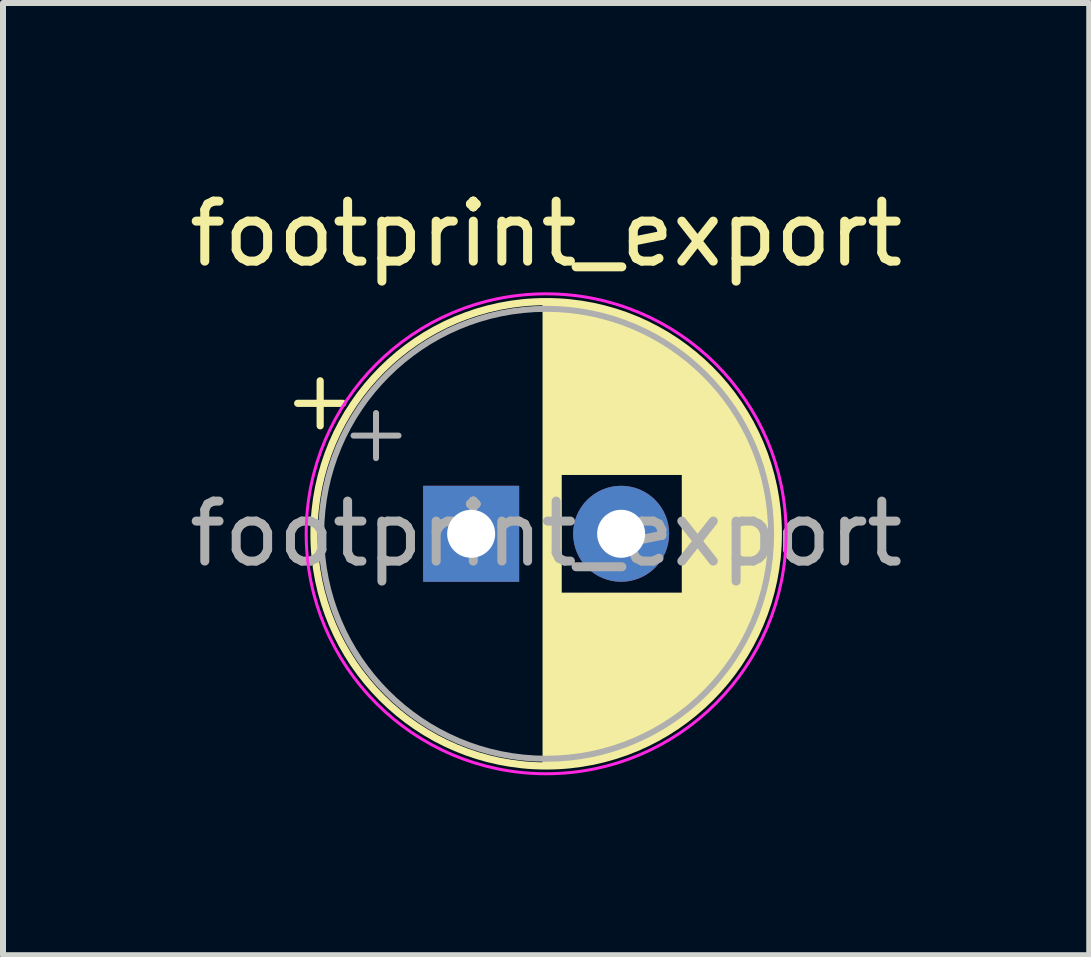
<source format=kicad_pcb>
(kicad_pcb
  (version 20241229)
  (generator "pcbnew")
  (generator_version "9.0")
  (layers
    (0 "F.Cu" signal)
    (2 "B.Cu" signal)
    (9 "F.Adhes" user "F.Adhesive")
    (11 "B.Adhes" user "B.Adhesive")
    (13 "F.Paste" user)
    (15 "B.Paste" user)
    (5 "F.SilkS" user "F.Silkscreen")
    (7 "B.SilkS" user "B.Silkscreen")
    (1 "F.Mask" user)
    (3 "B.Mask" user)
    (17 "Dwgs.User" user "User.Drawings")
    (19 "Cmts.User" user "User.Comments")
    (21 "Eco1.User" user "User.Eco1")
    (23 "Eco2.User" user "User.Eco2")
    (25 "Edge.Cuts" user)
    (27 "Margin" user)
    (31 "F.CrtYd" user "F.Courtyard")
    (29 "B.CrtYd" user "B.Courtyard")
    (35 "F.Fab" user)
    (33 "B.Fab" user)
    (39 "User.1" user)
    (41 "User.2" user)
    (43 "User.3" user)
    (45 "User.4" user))
  (footprint "footprint_export"
    (layer "F.Cu")
    (at 4.804 5.848)
    (property "Reference" "footprint_export" (at 1.25 -5 0) (layer "F.SilkS") (effects (font (size 1 1) (thickness 0.15))))
    (attr through_hole)
    (fp_line (start -2.892 -2.175) (end -2.142 -2.175) (stroke (width 0.12) (type solid)) (layer "F.SilkS"))
    (fp_line (start -2.517 -2.55) (end -2.517 -1.8) (stroke (width 0.12) (type solid)) (layer "F.SilkS"))
    (fp_line (start 1.25 -3.83) (end 1.25 3.83) (stroke (width 0.12) (type solid)) (layer "F.SilkS"))
    (fp_line (start 1.29 -3.83) (end 1.29 3.83) (stroke (width 0.12) (type solid)) (layer "F.SilkS"))
    (fp_line (start 1.33 -3.83) (end 1.33 3.83) (stroke (width 0.12) (type solid)) (layer "F.SilkS"))
    (fp_line (start 1.37 -3.829) (end 1.37 3.829) (stroke (width 0.12) (type solid)) (layer "F.SilkS"))
    (fp_line (start 1.41 -3.827) (end 1.41 3.827) (stroke (width 0.12) (type solid)) (layer "F.SilkS"))
    (fp_line (start 1.45 -3.825) (end 1.45 3.825) (stroke (width 0.12) (type solid)) (layer "F.SilkS"))
    (fp_line (start 1.49 -3.823) (end 1.49 -1.04) (stroke (width 0.12) (type solid)) (layer "F.SilkS"))
    (fp_line (start 1.49 1.04) (end 1.49 3.823) (stroke (width 0.12) (type solid)) (layer "F.SilkS"))
    (fp_line (start 1.53 -3.82) (end 1.53 -1.04) (stroke (width 0.12) (type solid)) (layer "F.SilkS"))
    (fp_line (start 1.53 1.04) (end 1.53 3.82) (stroke (width 0.12) (type solid)) (layer "F.SilkS"))
    (fp_line (start 1.57 -3.817) (end 1.57 -1.04) (stroke (width 0.12) (type solid)) (layer "F.SilkS"))
    (fp_line (start 1.57 1.04) (end 1.57 3.817) (stroke (width 0.12) (type solid)) (layer "F.SilkS"))
    (fp_line (start 1.61 -3.814) (end 1.61 -1.04) (stroke (width 0.12) (type solid)) (layer "F.SilkS"))
    (fp_line (start 1.61 1.04) (end 1.61 3.814) (stroke (width 0.12) (type solid)) (layer "F.SilkS"))
    (fp_line (start 1.65 -3.81) (end 1.65 -1.04) (stroke (width 0.12) (type solid)) (layer "F.SilkS"))
    (fp_line (start 1.65 1.04) (end 1.65 3.81) (stroke (width 0.12) (type solid)) (layer "F.SilkS"))
    (fp_line (start 1.69 -3.805) (end 1.69 -1.04) (stroke (width 0.12) (type solid)) (layer "F.SilkS"))
    (fp_line (start 1.69 1.04) (end 1.69 3.805) (stroke (width 0.12) (type solid)) (layer "F.SilkS"))
    (fp_line (start 1.73 -3.801) (end 1.73 -1.04) (stroke (width 0.12) (type solid)) (layer "F.SilkS"))
    (fp_line (start 1.73 1.04) (end 1.73 3.801) (stroke (width 0.12) (type solid)) (layer "F.SilkS"))
    (fp_line (start 1.77 -3.795) (end 1.77 -1.04) (stroke (width 0.12) (type solid)) (layer "F.SilkS"))
    (fp_line (start 1.77 1.04) (end 1.77 3.795) (stroke (width 0.12) (type solid)) (layer "F.SilkS"))
    (fp_line (start 1.81 -3.79) (end 1.81 -1.04) (stroke (width 0.12) (type solid)) (layer "F.SilkS"))
    (fp_line (start 1.81 1.04) (end 1.81 3.79) (stroke (width 0.12) (type solid)) (layer "F.SilkS"))
    (fp_line (start 1.85 -3.784) (end 1.85 -1.04) (stroke (width 0.12) (type solid)) (layer "F.SilkS"))
    (fp_line (start 1.85 1.04) (end 1.85 3.784) (stroke (width 0.12) (type solid)) (layer "F.SilkS"))
    (fp_line (start 1.89 -3.777) (end 1.89 -1.04) (stroke (width 0.12) (type solid)) (layer "F.SilkS"))
    (fp_line (start 1.89 1.04) (end 1.89 3.777) (stroke (width 0.12) (type solid)) (layer "F.SilkS"))
    (fp_line (start 1.93 -3.77) (end 1.93 -1.04) (stroke (width 0.12) (type solid)) (layer "F.SilkS"))
    (fp_line (start 1.93 1.04) (end 1.93 3.77) (stroke (width 0.12) (type solid)) (layer "F.SilkS"))
    (fp_line (start 1.971 -3.763) (end 1.971 -1.04) (stroke (width 0.12) (type solid)) (layer "F.SilkS"))
    (fp_line (start 1.971 1.04) (end 1.971 3.763) (stroke (width 0.12) (type solid)) (layer "F.SilkS"))
    (fp_line (start 2.011 -3.755) (end 2.011 -1.04) (stroke (width 0.12) (type solid)) (layer "F.SilkS"))
    (fp_line (start 2.011 1.04) (end 2.011 3.755) (stroke (width 0.12) (type solid)) (layer "F.SilkS"))
    (fp_line (start 2.051 -3.747) (end 2.051 -1.04) (stroke (width 0.12) (type solid)) (layer "F.SilkS"))
    (fp_line (start 2.051 1.04) (end 2.051 3.747) (stroke (width 0.12) (type solid)) (layer "F.SilkS"))
    (fp_line (start 2.091 -3.738) (end 2.091 -1.04) (stroke (width 0.12) (type solid)) (layer "F.SilkS"))
    (fp_line (start 2.091 1.04) (end 2.091 3.738) (stroke (width 0.12) (type solid)) (layer "F.SilkS"))
    (fp_line (start 2.131 -3.729) (end 2.131 -1.04) (stroke (width 0.12) (type solid)) (layer "F.SilkS"))
    (fp_line (start 2.131 1.04) (end 2.131 3.729) (stroke (width 0.12) (type solid)) (layer "F.SilkS"))
    (fp_line (start 2.171 -3.72) (end 2.171 -1.04) (stroke (width 0.12) (type solid)) (layer "F.SilkS"))
    (fp_line (start 2.171 1.04) (end 2.171 3.72) (stroke (width 0.12) (type solid)) (layer "F.SilkS"))
    (fp_line (start 2.211 -3.71) (end 2.211 -1.04) (stroke (width 0.12) (type solid)) (layer "F.SilkS"))
    (fp_line (start 2.211 1.04) (end 2.211 3.71) (stroke (width 0.12) (type solid)) (layer "F.SilkS"))
    (fp_line (start 2.251 -3.699) (end 2.251 -1.04) (stroke (width 0.12) (type solid)) (layer "F.SilkS"))
    (fp_line (start 2.251 1.04) (end 2.251 3.699) (stroke (width 0.12) (type solid)) (layer "F.SilkS"))
    (fp_line (start 2.291 -3.688) (end 2.291 -1.04) (stroke (width 0.12) (type solid)) (layer "F.SilkS"))
    (fp_line (start 2.291 1.04) (end 2.291 3.688) (stroke (width 0.12) (type solid)) (layer "F.SilkS"))
    (fp_line (start 2.331 -3.677) (end 2.331 -1.04) (stroke (width 0.12) (type solid)) (layer "F.SilkS"))
    (fp_line (start 2.331 1.04) (end 2.331 3.677) (stroke (width 0.12) (type solid)) (layer "F.SilkS"))
    (fp_line (start 2.371 -3.665) (end 2.371 -1.04) (stroke (width 0.12) (type solid)) (layer "F.SilkS"))
    (fp_line (start 2.371 1.04) (end 2.371 3.665) (stroke (width 0.12) (type solid)) (layer "F.SilkS"))
    (fp_line (start 2.411 -3.653) (end 2.411 -1.04) (stroke (width 0.12) (type solid)) (layer "F.SilkS"))
    (fp_line (start 2.411 1.04) (end 2.411 3.653) (stroke (width 0.12) (type solid)) (layer "F.SilkS"))
    (fp_line (start 2.451 -3.64) (end 2.451 -1.04) (stroke (width 0.12) (type solid)) (layer "F.SilkS"))
    (fp_line (start 2.451 1.04) (end 2.451 3.64) (stroke (width 0.12) (type solid)) (layer "F.SilkS"))
    (fp_line (start 2.491 -3.626) (end 2.491 -1.04) (stroke (width 0.12) (type solid)) (layer "F.SilkS"))
    (fp_line (start 2.491 1.04) (end 2.491 3.626) (stroke (width 0.12) (type solid)) (layer "F.SilkS"))
    (fp_line (start 2.531 -3.613) (end 2.531 -1.04) (stroke (width 0.12) (type solid)) (layer "F.SilkS"))
    (fp_line (start 2.531 1.04) (end 2.531 3.613) (stroke (width 0.12) (type solid)) (layer "F.SilkS"))
    (fp_line (start 2.571 -3.598) (end 2.571 -1.04) (stroke (width 0.12) (type solid)) (layer "F.SilkS"))
    (fp_line (start 2.571 1.04) (end 2.571 3.598) (stroke (width 0.12) (type solid)) (layer "F.SilkS"))
    (fp_line (start 2.611 -3.584) (end 2.611 -1.04) (stroke (width 0.12) (type solid)) (layer "F.SilkS"))
    (fp_line (start 2.611 1.04) (end 2.611 3.584) (stroke (width 0.12) (type solid)) (layer "F.SilkS"))
    (fp_line (start 2.651 -3.568) (end 2.651 -1.04) (stroke (width 0.12) (type solid)) (layer "F.SilkS"))
    (fp_line (start 2.651 1.04) (end 2.651 3.568) (stroke (width 0.12) (type solid)) (layer "F.SilkS"))
    (fp_line (start 2.691 -3.553) (end 2.691 -1.04) (stroke (width 0.12) (type solid)) (layer "F.SilkS"))
    (fp_line (start 2.691 1.04) (end 2.691 3.553) (stroke (width 0.12) (type solid)) (layer "F.SilkS"))
    (fp_line (start 2.731 -3.536) (end 2.731 -1.04) (stroke (width 0.12) (type solid)) (layer "F.SilkS"))
    (fp_line (start 2.731 1.04) (end 2.731 3.536) (stroke (width 0.12) (type solid)) (layer "F.SilkS"))
    (fp_line (start 2.771 -3.52) (end 2.771 -1.04) (stroke (width 0.12) (type solid)) (layer "F.SilkS"))
    (fp_line (start 2.771 1.04) (end 2.771 3.52) (stroke (width 0.12) (type solid)) (layer "F.SilkS"))
    (fp_line (start 2.811 -3.502) (end 2.811 -1.04) (stroke (width 0.12) (type solid)) (layer "F.SilkS"))
    (fp_line (start 2.811 1.04) (end 2.811 3.502) (stroke (width 0.12) (type solid)) (layer "F.SilkS"))
    (fp_line (start 2.851 -3.484) (end 2.851 -1.04) (stroke (width 0.12) (type solid)) (layer "F.SilkS"))
    (fp_line (start 2.851 1.04) (end 2.851 3.484) (stroke (width 0.12) (type solid)) (layer "F.SilkS"))
    (fp_line (start 2.891 -3.466) (end 2.891 -1.04) (stroke (width 0.12) (type solid)) (layer "F.SilkS"))
    (fp_line (start 2.891 1.04) (end 2.891 3.466) (stroke (width 0.12) (type solid)) (layer "F.SilkS"))
    (fp_line (start 2.931 -3.447) (end 2.931 -1.04) (stroke (width 0.12) (type solid)) (layer "F.SilkS"))
    (fp_line (start 2.931 1.04) (end 2.931 3.447) (stroke (width 0.12) (type solid)) (layer "F.SilkS"))
    (fp_line (start 2.971 -3.427) (end 2.971 -1.04) (stroke (width 0.12) (type solid)) (layer "F.SilkS"))
    (fp_line (start 2.971 1.04) (end 2.971 3.427) (stroke (width 0.12) (type solid)) (layer "F.SilkS"))
    (fp_line (start 3.011 -3.407) (end 3.011 -1.04) (stroke (width 0.12) (type solid)) (layer "F.SilkS"))
    (fp_line (start 3.011 1.04) (end 3.011 3.407) (stroke (width 0.12) (type solid)) (layer "F.SilkS"))
    (fp_line (start 3.051 -3.386) (end 3.051 -1.04) (stroke (width 0.12) (type solid)) (layer "F.SilkS"))
    (fp_line (start 3.051 1.04) (end 3.051 3.386) (stroke (width 0.12) (type solid)) (layer "F.SilkS"))
    (fp_line (start 3.091 -3.365) (end 3.091 -1.04) (stroke (width 0.12) (type solid)) (layer "F.SilkS"))
    (fp_line (start 3.091 1.04) (end 3.091 3.365) (stroke (width 0.12) (type solid)) (layer "F.SilkS"))
    (fp_line (start 3.131 -3.343) (end 3.131 -1.04) (stroke (width 0.12) (type solid)) (layer "F.SilkS"))
    (fp_line (start 3.131 1.04) (end 3.131 3.343) (stroke (width 0.12) (type solid)) (layer "F.SilkS"))
    (fp_line (start 3.171 -3.321) (end 3.171 -1.04) (stroke (width 0.12) (type solid)) (layer "F.SilkS"))
    (fp_line (start 3.171 1.04) (end 3.171 3.321) (stroke (width 0.12) (type solid)) (layer "F.SilkS"))
    (fp_line (start 3.211 -3.297) (end 3.211 -1.04) (stroke (width 0.12) (type solid)) (layer "F.SilkS"))
    (fp_line (start 3.211 1.04) (end 3.211 3.297) (stroke (width 0.12) (type solid)) (layer "F.SilkS"))
    (fp_line (start 3.251 -3.274) (end 3.251 -1.04) (stroke (width 0.12) (type solid)) (layer "F.SilkS"))
    (fp_line (start 3.251 1.04) (end 3.251 3.274) (stroke (width 0.12) (type solid)) (layer "F.SilkS"))
    (fp_line (start 3.291 -3.249) (end 3.291 -1.04) (stroke (width 0.12) (type solid)) (layer "F.SilkS"))
    (fp_line (start 3.291 1.04) (end 3.291 3.249) (stroke (width 0.12) (type solid)) (layer "F.SilkS"))
    (fp_line (start 3.331 -3.224) (end 3.331 -1.04) (stroke (width 0.12) (type solid)) (layer "F.SilkS"))
    (fp_line (start 3.331 1.04) (end 3.331 3.224) (stroke (width 0.12) (type solid)) (layer "F.SilkS"))
    (fp_line (start 3.371 -3.198) (end 3.371 -1.04) (stroke (width 0.12) (type solid)) (layer "F.SilkS"))
    (fp_line (start 3.371 1.04) (end 3.371 3.198) (stroke (width 0.12) (type solid)) (layer "F.SilkS"))
    (fp_line (start 3.411 -3.172) (end 3.411 -1.04) (stroke (width 0.12) (type solid)) (layer "F.SilkS"))
    (fp_line (start 3.411 1.04) (end 3.411 3.172) (stroke (width 0.12) (type solid)) (layer "F.SilkS"))
    (fp_line (start 3.451 -3.144) (end 3.451 -1.04) (stroke (width 0.12) (type solid)) (layer "F.SilkS"))
    (fp_line (start 3.451 1.04) (end 3.451 3.144) (stroke (width 0.12) (type solid)) (layer "F.SilkS"))
    (fp_line (start 3.491 -3.116) (end 3.491 -1.04) (stroke (width 0.12) (type solid)) (layer "F.SilkS"))
    (fp_line (start 3.491 1.04) (end 3.491 3.116) (stroke (width 0.12) (type solid)) (layer "F.SilkS"))
    (fp_line (start 3.531 -3.088) (end 3.531 -1.04) (stroke (width 0.12) (type solid)) (layer "F.SilkS"))
    (fp_line (start 3.531 1.04) (end 3.531 3.088) (stroke (width 0.12) (type solid)) (layer "F.SilkS"))
    (fp_line (start 3.571 -3.058) (end 3.571 3.058) (stroke (width 0.12) (type solid)) (layer "F.SilkS"))
    (fp_line (start 3.611 -3.028) (end 3.611 3.028) (stroke (width 0.12) (type solid)) (layer "F.SilkS"))
    (fp_line (start 3.651 -2.996) (end 3.651 2.996) (stroke (width 0.12) (type solid)) (layer "F.SilkS"))
    (fp_line (start 3.691 -2.964) (end 3.691 2.964) (stroke (width 0.12) (type solid)) (layer "F.SilkS"))
    (fp_line (start 3.731 -2.931) (end 3.731 2.931) (stroke (width 0.12) (type solid)) (layer "F.SilkS"))
    (fp_line (start 3.771 -2.898) (end 3.771 2.898) (stroke (width 0.12) (type solid)) (layer "F.SilkS"))
    (fp_line (start 3.811 -2.863) (end 3.811 2.863) (stroke (width 0.12) (type solid)) (layer "F.SilkS"))
    (fp_line (start 3.851 -2.827) (end 3.851 2.827) (stroke (width 0.12) (type solid)) (layer "F.SilkS"))
    (fp_line (start 3.891 -2.79) (end 3.891 2.79) (stroke (width 0.12) (type solid)) (layer "F.SilkS"))
    (fp_line (start 3.931 -2.752) (end 3.931 2.752) (stroke (width 0.12) (type solid)) (layer "F.SilkS"))
    (fp_line (start 3.971 -2.713) (end 3.971 2.713) (stroke (width 0.12) (type solid)) (layer "F.SilkS"))
    (fp_line (start 4.011 -2.673) (end 4.011 2.673) (stroke (width 0.12) (type solid)) (layer "F.SilkS"))
    (fp_line (start 4.051 -2.632) (end 4.051 2.632) (stroke (width 0.12) (type solid)) (layer "F.SilkS"))
    (fp_line (start 4.091 -2.589) (end 4.091 2.589) (stroke (width 0.12) (type solid)) (layer "F.SilkS"))
    (fp_line (start 4.131 -2.546) (end 4.131 2.546) (stroke (width 0.12) (type solid)) (layer "F.SilkS"))
    (fp_line (start 4.171 -2.5) (end 4.171 2.5) (stroke (width 0.12) (type solid)) (layer "F.SilkS"))
    (fp_line (start 4.211 -2.454) (end 4.211 2.454) (stroke (width 0.12) (type solid)) (layer "F.SilkS"))
    (fp_line (start 4.251 -2.405) (end 4.251 2.405) (stroke (width 0.12) (type solid)) (layer "F.SilkS"))
    (fp_line (start 4.291 -2.355) (end 4.291 2.355) (stroke (width 0.12) (type solid)) (layer "F.SilkS"))
    (fp_line (start 4.331 -2.304) (end 4.331 2.304) (stroke (width 0.12) (type solid)) (layer "F.SilkS"))
    (fp_line (start 4.371 -2.25) (end 4.371 2.25) (stroke (width 0.12) (type solid)) (layer "F.SilkS"))
    (fp_line (start 4.411 -2.195) (end 4.411 2.195) (stroke (width 0.12) (type solid)) (layer "F.SilkS"))
    (fp_line (start 4.451 -2.137) (end 4.451 2.137) (stroke (width 0.12) (type solid)) (layer "F.SilkS"))
    (fp_line (start 4.491 -2.077) (end 4.491 2.077) (stroke (width 0.12) (type solid)) (layer "F.SilkS"))
    (fp_line (start 4.531 -2.014) (end 4.531 2.014) (stroke (width 0.12) (type solid)) (layer "F.SilkS"))
    (fp_line (start 4.571 -1.949) (end 4.571 1.949) (stroke (width 0.12) (type solid)) (layer "F.SilkS"))
    (fp_line (start 4.611 -1.881) (end 4.611 1.881) (stroke (width 0.12) (type solid)) (layer "F.SilkS"))
    (fp_line (start 4.651 -1.809) (end 4.651 1.809) (stroke (width 0.12) (type solid)) (layer "F.SilkS"))
    (fp_line (start 4.691 -1.733) (end 4.691 1.733) (stroke (width 0.12) (type solid)) (layer "F.SilkS"))
    (fp_line (start 4.731 -1.654) (end 4.731 1.654) (stroke (width 0.12) (type solid)) (layer "F.SilkS"))
    (fp_line (start 4.771 -1.569) (end 4.771 1.569) (stroke (width 0.12) (type solid)) (layer "F.SilkS"))
    (fp_line (start 4.811 -1.478) (end 4.811 1.478) (stroke (width 0.12) (type solid)) (layer "F.SilkS"))
    (fp_line (start 4.851 -1.381) (end 4.851 1.381) (stroke (width 0.12) (type solid)) (layer "F.SilkS"))
    (fp_line (start 4.891 -1.275) (end 4.891 1.275) (stroke (width 0.12) (type solid)) (layer "F.SilkS"))
    (fp_line (start 4.931 -1.158) (end 4.931 1.158) (stroke (width 0.12) (type solid)) (layer "F.SilkS"))
    (fp_line (start 4.971 -1.028) (end 4.971 1.028) (stroke (width 0.12) (type solid)) (layer "F.SilkS"))
    (fp_line (start 5.011 -0.877) (end 5.011 0.877) (stroke (width 0.12) (type solid)) (layer "F.SilkS"))
    (fp_line (start 5.051 -0.693) (end 5.051 0.693) (stroke (width 0.12) (type solid)) (layer "F.SilkS"))
    (fp_line (start 5.091 -0.441) (end 5.091 0.441) (stroke (width 0.12) (type solid)) (layer "F.SilkS"))
    (fp_circle (center 1.25 0) (end 5.12 0) (stroke (width 0.12) (type solid)) (fill no) (layer "F.SilkS"))
    (fp_circle (center 1.25 0) (end 5.25 0) (stroke (width 0.05) (type solid)) (fill no) (layer "F.CrtYd"))
    (fp_line (start -1.961 -1.637) (end -1.211 -1.637) (stroke (width 0.1) (type solid)) (layer "F.Fab"))
    (fp_line (start -1.586 -2.013) (end -1.586 -1.262) (stroke (width 0.1) (type solid)) (layer "F.Fab"))
    (fp_circle (center 1.25 0) (end 5 0) (stroke (width 0.1) (type solid)) (fill no) (layer "F.Fab"))
    (fp_text user "${REFERENCE}" (at 1.25 0 0) (layer "F.Fab") (effects (font (size 1 1) (thickness 0.15))))
    (pad "1" thru_hole rect (at 0 0) (size 1.6 1.6) (drill 0.8) (layers "*.Cu" "*.Mask"))
    (pad "2" thru_hole circle (at 2.5 0) (size 1.6 1.6) (drill 0.8) (layers "*.Cu" "*.Mask")))
  (gr_rect
    (start -3 -3)
    (end 15.107 12.873)
    (stroke (width 0.1) (type default))
    (fill no)
    (layer "Edge.Cuts")))
</source>
